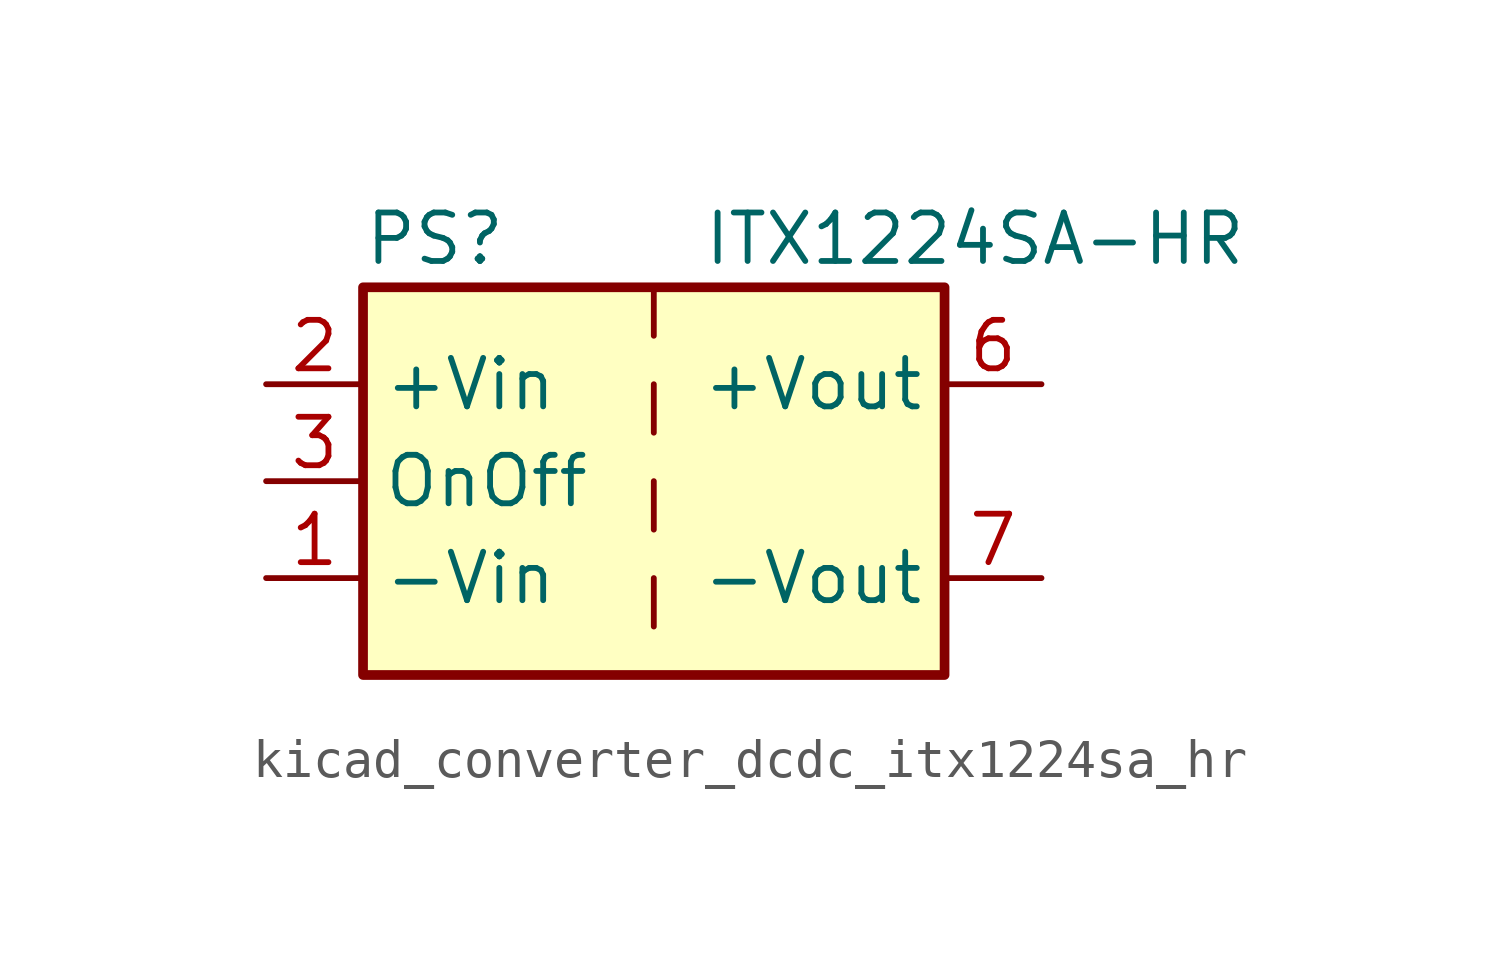
<source format=kicad_sym>
(kicad_symbol_lib
  (version 20220914)
  (generator kicad_symbol_editor)
  (symbol "kicad_converter_dcdc_itx1224sa_hr"
    (property "Reference" "PS"
      (at -7.62 6.35 0)
      (effects (font (size 1.27 1.27)) (justify left)))
    (property "Value" "ITX1224SA-HR"
      (at 1.27 6.35 0)
      (effects (font (size 1.27 1.27)) (justify left)))
    (symbol "kicad_converter_dcdc_itx1224sa_hr_0_0"
      (pin power_in line (at -10.16 -2.54 0) (length 2.54) (name "-Vin" (effects (font (size 1.27 1.27)))) (number "1" (effects (font (size 1.27 1.27)))))
      (pin power_in line (at -10.16 2.54 0) (length 2.54) (name "+Vin" (effects (font (size 1.27 1.27)))) (number "2" (effects (font (size 1.27 1.27)))))
      (pin input line (at -10.16 0 0) (length 2.54) (name "OnOff" (effects (font (size 1.27 1.27)))) (number "3" (effects (font (size 1.27 1.27)))))
      (pin no_connect line (at 0 5.08 270) (length 2.54) hide (name "NC" (effects (font (size 1.27 1.27)))) (number "5" (effects (font (size 1.27 1.27)))))
      (pin power_out line (at 10.16 2.54 180) (length 2.54) (name "+Vout" (effects (font (size 1.27 1.27)))) (number "6" (effects (font (size 1.27 1.27)))))
      (pin power_out line (at 10.16 -2.54 180) (length 2.54) (name "-Vout" (effects (font (size 1.27 1.27)))) (number "7" (effects (font (size 1.27 1.27)))))
      (pin no_connect line (at 7.62 0 180) (length 2.54) hide (name "NC" (effects (font (size 1.27 1.27)))) (number "8" (effects (font (size 1.27 1.27))))))
    (symbol "kicad_converter_dcdc_itx1224sa_hr_0_1"
      (rectangle (start -7.62 5.08) (end 7.62 -5.08) (stroke (width 0.254) (type default)) (fill (type background)))
      (polyline (pts (xy 0 -2.54) (xy 0 -3.81)) (stroke (width 0) (type default)) (fill (type none)))
      (polyline (pts (xy 0 0) (xy 0 -1.27)) (stroke (width 0) (type default)) (fill (type none)))
      (polyline (pts (xy 0 2.54) (xy 0 1.27)) (stroke (width 0) (type default)) (fill (type none)))
      (polyline (pts (xy 0 5.08) (xy 0 3.81)) (stroke (width 0) (type default)) (fill (type none))))))
</source>
